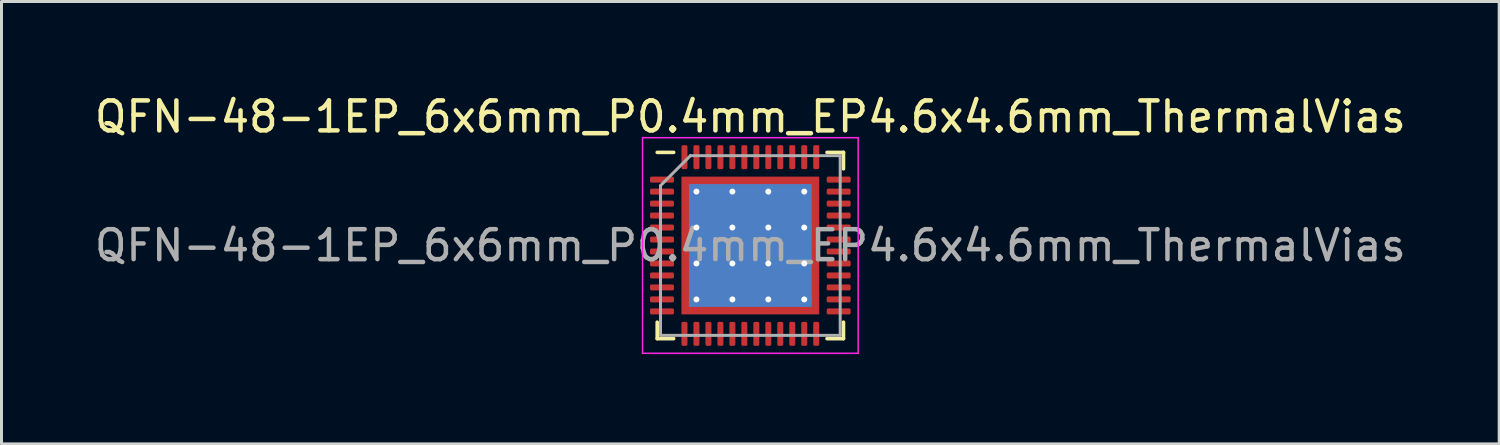
<source format=kicad_pcb>
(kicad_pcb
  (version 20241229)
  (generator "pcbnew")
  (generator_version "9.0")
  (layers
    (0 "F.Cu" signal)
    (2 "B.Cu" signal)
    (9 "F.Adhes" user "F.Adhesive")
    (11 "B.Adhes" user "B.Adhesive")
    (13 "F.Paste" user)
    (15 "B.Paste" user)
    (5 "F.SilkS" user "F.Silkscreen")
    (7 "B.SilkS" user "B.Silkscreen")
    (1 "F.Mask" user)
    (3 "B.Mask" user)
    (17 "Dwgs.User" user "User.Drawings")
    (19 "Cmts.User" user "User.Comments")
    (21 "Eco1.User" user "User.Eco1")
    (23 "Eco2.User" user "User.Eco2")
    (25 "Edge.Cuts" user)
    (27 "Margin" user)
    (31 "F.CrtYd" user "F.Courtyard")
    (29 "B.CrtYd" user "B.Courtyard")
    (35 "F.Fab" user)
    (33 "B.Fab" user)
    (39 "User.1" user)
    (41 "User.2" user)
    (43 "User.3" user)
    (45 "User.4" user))
  (footprint "QFN-48-1EP_6x6mm_P0.4mm_EP4.6x4.6mm_ThermalVias"
    (layer "F.Cu")
    (at 22.006 5.148)
    (property "Reference" "QFN-48-1EP_6x6mm_P0.4mm_EP4.6x4.6mm_ThermalVias" (at 0 -4.3 0) (layer "F.SilkS") (effects (font (size 1 1) (thickness 0.15))))
    (attr smd)
    (fp_line (start -3.11 3.11) (end -3.11 2.56) (stroke (width 0.12) (type solid)) (layer "F.SilkS"))
    (fp_line (start -2.56 -3.11) (end -3.11 -3.11) (stroke (width 0.12) (type solid)) (layer "F.SilkS"))
    (fp_line (start -2.56 3.11) (end -3.11 3.11) (stroke (width 0.12) (type solid)) (layer "F.SilkS"))
    (fp_line (start 2.56 -3.11) (end 3.11 -3.11) (stroke (width 0.12) (type solid)) (layer "F.SilkS"))
    (fp_line (start 2.56 3.11) (end 3.11 3.11) (stroke (width 0.12) (type solid)) (layer "F.SilkS"))
    (fp_line (start 3.11 -3.11) (end 3.11 -2.56) (stroke (width 0.12) (type solid)) (layer "F.SilkS"))
    (fp_line (start 3.11 3.11) (end 3.11 2.56) (stroke (width 0.12) (type solid)) (layer "F.SilkS"))
    (fp_line (start -3.6 -3.6) (end -3.6 3.6) (stroke (width 0.05) (type solid)) (layer "F.CrtYd"))
    (fp_line (start -3.6 3.6) (end 3.6 3.6) (stroke (width 0.05) (type solid)) (layer "F.CrtYd"))
    (fp_line (start 3.6 -3.6) (end -3.6 -3.6) (stroke (width 0.05) (type solid)) (layer "F.CrtYd"))
    (fp_line (start 3.6 3.6) (end 3.6 -3.6) (stroke (width 0.05) (type solid)) (layer "F.CrtYd"))
    (fp_line (start -3 -2) (end -2 -3) (stroke (width 0.1) (type solid)) (layer "F.Fab"))
    (fp_line (start -3 3) (end -3 -2) (stroke (width 0.1) (type solid)) (layer "F.Fab"))
    (fp_line (start -2 -3) (end 3 -3) (stroke (width 0.1) (type solid)) (layer "F.Fab"))
    (fp_line (start 3 -3) (end 3 3) (stroke (width 0.1) (type solid)) (layer "F.Fab"))
    (fp_line (start 3 3) (end -3 3) (stroke (width 0.1) (type solid)) (layer "F.Fab"))
    (fp_text user "${REFERENCE}" (at 0 0 0) (layer "F.Fab") (effects (font (size 1 1) (thickness 0.15))))
    (pad "" smd custom (at -2.05 -2.05) (size 0.272 0.272) (layers "F.Paste") (options (anchor circle)) (primitives (gr_poly (pts (xy -0.101 -0.101) (xy 0.101 -0.101) (xy 0.101 -0.026) (xy -0.026 0.101) (xy -0.101 0.101)) (width 0.202) (fill yes))))
    (pad "" smd custom (at -2.05 -1.2) (size 0.32 0.32) (layers "F.Paste") (options (anchor circle)) (primitives (gr_poly (pts (xy -0.118 -0.4) (xy 0.049 -0.4) (xy 0.118 -0.331) (xy 0.118 0.331) (xy 0.049 0.4) (xy -0.118 0.4)) (width 0.167) (fill yes))))
    (pad "" smd custom (at -2.05 0) (size 0.32 0.32) (layers "F.Paste") (options (anchor circle)) (primitives (gr_poly (pts (xy -0.118 -0.4) (xy 0.049 -0.4) (xy 0.118 -0.331) (xy 0.118 0.331) (xy 0.049 0.4) (xy -0.118 0.4)) (width 0.167) (fill yes))))
    (pad "" smd custom (at -2.05 1.2) (size 0.32 0.32) (layers "F.Paste") (options (anchor circle)) (primitives (gr_poly (pts (xy -0.118 -0.4) (xy 0.049 -0.4) (xy 0.118 -0.331) (xy 0.118 0.331) (xy 0.049 0.4) (xy -0.118 0.4)) (width 0.167) (fill yes))))
    (pad "" smd custom (at -2.05 2.05) (size 0.272 0.272) (layers "F.Paste") (options (anchor circle)) (primitives (gr_poly (pts (xy -0.101 -0.101) (xy -0.026 -0.101) (xy 0.101 0.026) (xy 0.101 0.101) (xy -0.101 0.101)) (width 0.202) (fill yes))))
    (pad "" smd custom (at -1.2 -2.05) (size 0.32 0.32) (layers "F.Paste") (options (anchor circle)) (primitives (gr_poly (pts (xy -0.4 -0.118) (xy 0.4 -0.118) (xy 0.4 0.049) (xy 0.331 0.118) (xy -0.331 0.118) (xy -0.4 0.049)) (width 0.167) (fill yes))))
    (pad "" smd roundrect (at -1.2 -1.2) (size 0.967 0.967) (layers "F.Paste") (roundrect_rratio 0.25))
    (pad "" smd roundrect (at -1.2 0) (size 0.967 0.967) (layers "F.Paste") (roundrect_rratio 0.25))
    (pad "" smd roundrect (at -1.2 1.2) (size 0.967 0.967) (layers "F.Paste") (roundrect_rratio 0.25))
    (pad "" smd custom (at -1.2 2.05) (size 0.32 0.32) (layers "F.Paste") (options (anchor circle)) (primitives (gr_poly (pts (xy -0.4 -0.049) (xy -0.331 -0.118) (xy 0.331 -0.118) (xy 0.4 -0.049) (xy 0.4 0.118) (xy -0.4 0.118)) (width 0.167) (fill yes))))
    (pad "" smd custom (at 0 -2.05) (size 0.32 0.32) (layers "F.Paste") (options (anchor circle)) (primitives (gr_poly (pts (xy -0.4 -0.118) (xy 0.4 -0.118) (xy 0.4 0.049) (xy 0.331 0.118) (xy -0.331 0.118) (xy -0.4 0.049)) (width 0.167) (fill yes))))
    (pad "" smd roundrect (at 0 -1.2) (size 0.967 0.967) (layers "F.Paste") (roundrect_rratio 0.25))
    (pad "" smd roundrect (at 0 0) (size 0.967 0.967) (layers "F.Paste") (roundrect_rratio 0.25))
    (pad "" smd roundrect (at 0 1.2) (size 0.967 0.967) (layers "F.Paste") (roundrect_rratio 0.25))
    (pad "" smd custom (at 0 2.05) (size 0.32 0.32) (layers "F.Paste") (options (anchor circle)) (primitives (gr_poly (pts (xy -0.4 -0.049) (xy -0.331 -0.118) (xy 0.331 -0.118) (xy 0.4 -0.049) (xy 0.4 0.118) (xy -0.4 0.118)) (width 0.167) (fill yes))))
    (pad "" smd custom (at 1.2 -2.05) (size 0.32 0.32) (layers "F.Paste") (options (anchor circle)) (primitives (gr_poly (pts (xy -0.4 -0.118) (xy 0.4 -0.118) (xy 0.4 0.049) (xy 0.331 0.118) (xy -0.331 0.118) (xy -0.4 0.049)) (width 0.167) (fill yes))))
    (pad "" smd roundrect (at 1.2 -1.2) (size 0.967 0.967) (layers "F.Paste") (roundrect_rratio 0.25))
    (pad "" smd roundrect (at 1.2 0) (size 0.967 0.967) (layers "F.Paste") (roundrect_rratio 0.25))
    (pad "" smd roundrect (at 1.2 1.2) (size 0.967 0.967) (layers "F.Paste") (roundrect_rratio 0.25))
    (pad "" smd custom (at 1.2 2.05) (size 0.32 0.32) (layers "F.Paste") (options (anchor circle)) (primitives (gr_poly (pts (xy -0.4 -0.049) (xy -0.331 -0.118) (xy 0.331 -0.118) (xy 0.4 -0.049) (xy 0.4 0.118) (xy -0.4 0.118)) (width 0.167) (fill yes))))
    (pad "" smd custom (at 2.05 -2.05) (size 0.272 0.272) (layers "F.Paste") (options (anchor circle)) (primitives (gr_poly (pts (xy -0.101 -0.101) (xy 0.101 -0.101) (xy 0.101 0.101) (xy 0.026 0.101) (xy -0.101 -0.026)) (width 0.202) (fill yes))))
    (pad "" smd custom (at 2.05 -1.2) (size 0.32 0.32) (layers "F.Paste") (options (anchor circle)) (primitives (gr_poly (pts (xy -0.118 -0.331) (xy -0.049 -0.4) (xy 0.118 -0.4) (xy 0.118 0.4) (xy -0.049 0.4) (xy -0.118 0.331)) (width 0.167) (fill yes))))
    (pad "" smd custom (at 2.05 0) (size 0.32 0.32) (layers "F.Paste") (options (anchor circle)) (primitives (gr_poly (pts (xy -0.118 -0.331) (xy -0.049 -0.4) (xy 0.118 -0.4) (xy 0.118 0.4) (xy -0.049 0.4) (xy -0.118 0.331)) (width 0.167) (fill yes))))
    (pad "" smd custom (at 2.05 1.2) (size 0.32 0.32) (layers "F.Paste") (options (anchor circle)) (primitives (gr_poly (pts (xy -0.118 -0.331) (xy -0.049 -0.4) (xy 0.118 -0.4) (xy 0.118 0.4) (xy -0.049 0.4) (xy -0.118 0.331)) (width 0.167) (fill yes))))
    (pad "" smd custom (at 2.05 2.05) (size 0.272 0.272) (layers "F.Paste") (options (anchor circle)) (primitives (gr_poly (pts (xy -0.101 0.026) (xy 0.026 -0.101) (xy 0.101 -0.101) (xy 0.101 0.101) (xy -0.101 0.101)) (width 0.202) (fill yes))))
    (pad "1" smd roundrect (at -2.95 -2.2) (size 0.8 0.2) (layers "F.Cu" "F.Mask" "F.Paste") (roundrect_rratio 0.25))
    (pad "2" smd roundrect (at -2.95 -1.8) (size 0.8 0.2) (layers "F.Cu" "F.Mask" "F.Paste") (roundrect_rratio 0.25))
    (pad "3" smd roundrect (at -2.95 -1.4) (size 0.8 0.2) (layers "F.Cu" "F.Mask" "F.Paste") (roundrect_rratio 0.25))
    (pad "4" smd roundrect (at -2.95 -1) (size 0.8 0.2) (layers "F.Cu" "F.Mask" "F.Paste") (roundrect_rratio 0.25))
    (pad "5" smd roundrect (at -2.95 -0.6) (size 0.8 0.2) (layers "F.Cu" "F.Mask" "F.Paste") (roundrect_rratio 0.25))
    (pad "6" smd roundrect (at -2.95 -0.2) (size 0.8 0.2) (layers "F.Cu" "F.Mask" "F.Paste") (roundrect_rratio 0.25))
    (pad "7" smd roundrect (at -2.95 0.2) (size 0.8 0.2) (layers "F.Cu" "F.Mask" "F.Paste") (roundrect_rratio 0.25))
    (pad "8" smd roundrect (at -2.95 0.6) (size 0.8 0.2) (layers "F.Cu" "F.Mask" "F.Paste") (roundrect_rratio 0.25))
    (pad "9" smd roundrect (at -2.95 1) (size 0.8 0.2) (layers "F.Cu" "F.Mask" "F.Paste") (roundrect_rratio 0.25))
    (pad "10" smd roundrect (at -2.95 1.4) (size 0.8 0.2) (layers "F.Cu" "F.Mask" "F.Paste") (roundrect_rratio 0.25))
    (pad "11" smd roundrect (at -2.95 1.8) (size 0.8 0.2) (layers "F.Cu" "F.Mask" "F.Paste") (roundrect_rratio 0.25))
    (pad "12" smd roundrect (at -2.95 2.2) (size 0.8 0.2) (layers "F.Cu" "F.Mask" "F.Paste") (roundrect_rratio 0.25))
    (pad "13" smd roundrect (at -2.2 2.95) (size 0.2 0.8) (layers "F.Cu" "F.Mask" "F.Paste") (roundrect_rratio 0.25))
    (pad "14" smd roundrect (at -1.8 2.95) (size 0.2 0.8) (layers "F.Cu" "F.Mask" "F.Paste") (roundrect_rratio 0.25))
    (pad "15" smd roundrect (at -1.4 2.95) (size 0.2 0.8) (layers "F.Cu" "F.Mask" "F.Paste") (roundrect_rratio 0.25))
    (pad "16" smd roundrect (at -1 2.95) (size 0.2 0.8) (layers "F.Cu" "F.Mask" "F.Paste") (roundrect_rratio 0.25))
    (pad "17" smd roundrect (at -0.6 2.95) (size 0.2 0.8) (layers "F.Cu" "F.Mask" "F.Paste") (roundrect_rratio 0.25))
    (pad "18" smd roundrect (at -0.2 2.95) (size 0.2 0.8) (layers "F.Cu" "F.Mask" "F.Paste") (roundrect_rratio 0.25))
    (pad "19" smd roundrect (at 0.2 2.95) (size 0.2 0.8) (layers "F.Cu" "F.Mask" "F.Paste") (roundrect_rratio 0.25))
    (pad "20" smd roundrect (at 0.6 2.95) (size 0.2 0.8) (layers "F.Cu" "F.Mask" "F.Paste") (roundrect_rratio 0.25))
    (pad "21" smd roundrect (at 1 2.95) (size 0.2 0.8) (layers "F.Cu" "F.Mask" "F.Paste") (roundrect_rratio 0.25))
    (pad "22" smd roundrect (at 1.4 2.95) (size 0.2 0.8) (layers "F.Cu" "F.Mask" "F.Paste") (roundrect_rratio 0.25))
    (pad "23" smd roundrect (at 1.8 2.95) (size 0.2 0.8) (layers "F.Cu" "F.Mask" "F.Paste") (roundrect_rratio 0.25))
    (pad "24" smd roundrect (at 2.2 2.95) (size 0.2 0.8) (layers "F.Cu" "F.Mask" "F.Paste") (roundrect_rratio 0.25))
    (pad "25" smd roundrect (at 2.95 2.2) (size 0.8 0.2) (layers "F.Cu" "F.Mask" "F.Paste") (roundrect_rratio 0.25))
    (pad "26" smd roundrect (at 2.95 1.8) (size 0.8 0.2) (layers "F.Cu" "F.Mask" "F.Paste") (roundrect_rratio 0.25))
    (pad "27" smd roundrect (at 2.95 1.4) (size 0.8 0.2) (layers "F.Cu" "F.Mask" "F.Paste") (roundrect_rratio 0.25))
    (pad "28" smd roundrect (at 2.95 1) (size 0.8 0.2) (layers "F.Cu" "F.Mask" "F.Paste") (roundrect_rratio 0.25))
    (pad "29" smd roundrect (at 2.95 0.6) (size 0.8 0.2) (layers "F.Cu" "F.Mask" "F.Paste") (roundrect_rratio 0.25))
    (pad "30" smd roundrect (at 2.95 0.2) (size 0.8 0.2) (layers "F.Cu" "F.Mask" "F.Paste") (roundrect_rratio 0.25))
    (pad "31" smd roundrect (at 2.95 -0.2) (size 0.8 0.2) (layers "F.Cu" "F.Mask" "F.Paste") (roundrect_rratio 0.25))
    (pad "32" smd roundrect (at 2.95 -0.6) (size 0.8 0.2) (layers "F.Cu" "F.Mask" "F.Paste") (roundrect_rratio 0.25))
    (pad "33" smd roundrect (at 2.95 -1) (size 0.8 0.2) (layers "F.Cu" "F.Mask" "F.Paste") (roundrect_rratio 0.25))
    (pad "34" smd roundrect (at 2.95 -1.4) (size 0.8 0.2) (layers "F.Cu" "F.Mask" "F.Paste") (roundrect_rratio 0.25))
    (pad "35" smd roundrect (at 2.95 -1.8) (size 0.8 0.2) (layers "F.Cu" "F.Mask" "F.Paste") (roundrect_rratio 0.25))
    (pad "36" smd roundrect (at 2.95 -2.2) (size 0.8 0.2) (layers "F.Cu" "F.Mask" "F.Paste") (roundrect_rratio 0.25))
    (pad "37" smd roundrect (at 2.2 -2.95) (size 0.2 0.8) (layers "F.Cu" "F.Mask" "F.Paste") (roundrect_rratio 0.25))
    (pad "38" smd roundrect (at 1.8 -2.95) (size 0.2 0.8) (layers "F.Cu" "F.Mask" "F.Paste") (roundrect_rratio 0.25))
    (pad "39" smd roundrect (at 1.4 -2.95) (size 0.2 0.8) (layers "F.Cu" "F.Mask" "F.Paste") (roundrect_rratio 0.25))
    (pad "40" smd roundrect (at 1 -2.95) (size 0.2 0.8) (layers "F.Cu" "F.Mask" "F.Paste") (roundrect_rratio 0.25))
    (pad "41" smd roundrect (at 0.6 -2.95) (size 0.2 0.8) (layers "F.Cu" "F.Mask" "F.Paste") (roundrect_rratio 0.25))
    (pad "42" smd roundrect (at 0.2 -2.95) (size 0.2 0.8) (layers "F.Cu" "F.Mask" "F.Paste") (roundrect_rratio 0.25))
    (pad "43" smd roundrect (at -0.2 -2.95) (size 0.2 0.8) (layers "F.Cu" "F.Mask" "F.Paste") (roundrect_rratio 0.25))
    (pad "44" smd roundrect (at -0.6 -2.95) (size 0.2 0.8) (layers "F.Cu" "F.Mask" "F.Paste") (roundrect_rratio 0.25))
    (pad "45" smd roundrect (at -1 -2.95) (size 0.2 0.8) (layers "F.Cu" "F.Mask" "F.Paste") (roundrect_rratio 0.25))
    (pad "46" smd roundrect (at -1.4 -2.95) (size 0.2 0.8) (layers "F.Cu" "F.Mask" "F.Paste") (roundrect_rratio 0.25))
    (pad "47" smd roundrect (at -1.8 -2.95) (size 0.2 0.8) (layers "F.Cu" "F.Mask" "F.Paste") (roundrect_rratio 0.25))
    (pad "48" smd roundrect (at -2.2 -2.95) (size 0.2 0.8) (layers "F.Cu" "F.Mask" "F.Paste") (roundrect_rratio 0.25))
    (pad "49" thru_hole circle (at -1.8 -1.8) (size 0.5 0.5) (drill 0.2) (layers "*.Cu"))
    (pad "49" thru_hole circle (at -1.8 -0.6) (size 0.5 0.5) (drill 0.2) (layers "*.Cu"))
    (pad "49" thru_hole circle (at -1.8 0.6) (size 0.5 0.5) (drill 0.2) (layers "*.Cu"))
    (pad "49" thru_hole circle (at -1.8 1.8) (size 0.5 0.5) (drill 0.2) (layers "*.Cu"))
    (pad "49" thru_hole circle (at -0.6 -1.8) (size 0.5 0.5) (drill 0.2) (layers "*.Cu"))
    (pad "49" thru_hole circle (at -0.6 -0.6) (size 0.5 0.5) (drill 0.2) (layers "*.Cu"))
    (pad "49" thru_hole circle (at -0.6 0.6) (size 0.5 0.5) (drill 0.2) (layers "*.Cu"))
    (pad "49" thru_hole circle (at -0.6 1.8) (size 0.5 0.5) (drill 0.2) (layers "*.Cu"))
    (pad "49" smd rect (at 0 0) (size 4.1 4.1) (layers "B.Cu"))
    (pad "49" smd rect (at 0 0) (size 4.6 4.6) (layers "F.Cu" "F.Mask"))
    (pad "49" thru_hole circle (at 0.6 -1.8) (size 0.5 0.5) (drill 0.2) (layers "*.Cu"))
    (pad "49" thru_hole circle (at 0.6 -0.6) (size 0.5 0.5) (drill 0.2) (layers "*.Cu"))
    (pad "49" thru_hole circle (at 0.6 0.6) (size 0.5 0.5) (drill 0.2) (layers "*.Cu"))
    (pad "49" thru_hole circle (at 0.6 1.8) (size 0.5 0.5) (drill 0.2) (layers "*.Cu"))
    (pad "49" thru_hole circle (at 1.8 -1.8) (size 0.5 0.5) (drill 0.2) (layers "*.Cu"))
    (pad "49" thru_hole circle (at 1.8 -0.6) (size 0.5 0.5) (drill 0.2) (layers "*.Cu"))
    (pad "49" thru_hole circle (at 1.8 0.6) (size 0.5 0.5) (drill 0.2) (layers "*.Cu"))
    (pad "49" thru_hole circle (at 1.8 1.8) (size 0.5 0.5) (drill 0.2) (layers "*.Cu")))
  (gr_rect
    (start -3 -3)
    (end 47.012 11.773)
    (stroke (width 0.1) (type default))
    (fill no)
    (layer "Edge.Cuts")))
</source>
